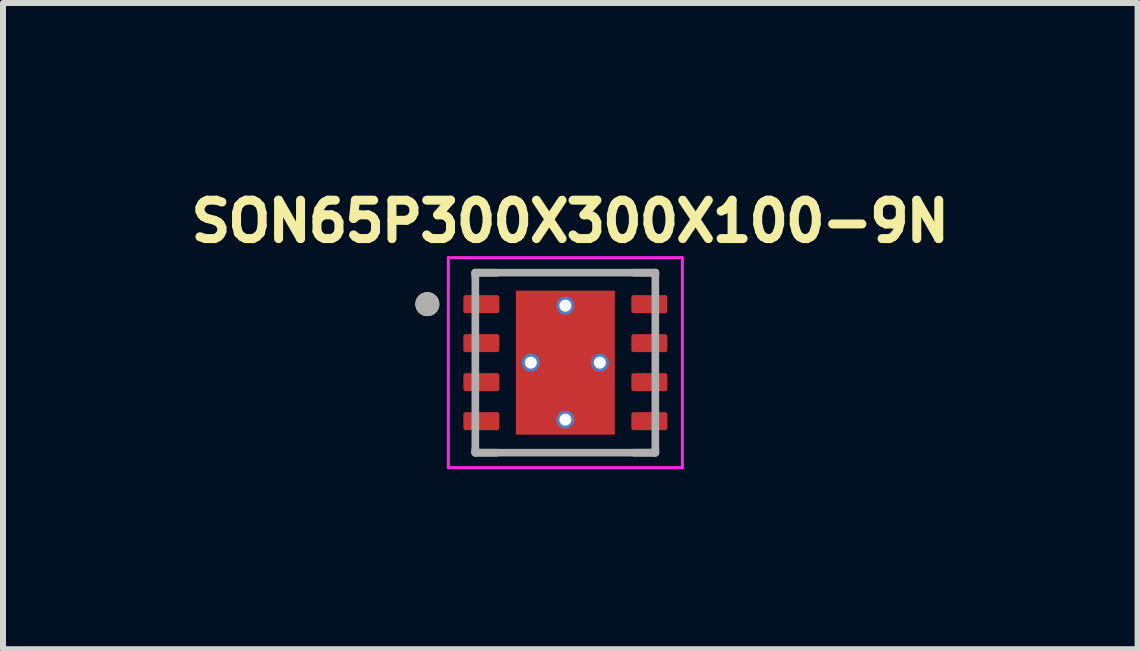
<source format=kicad_pcb>
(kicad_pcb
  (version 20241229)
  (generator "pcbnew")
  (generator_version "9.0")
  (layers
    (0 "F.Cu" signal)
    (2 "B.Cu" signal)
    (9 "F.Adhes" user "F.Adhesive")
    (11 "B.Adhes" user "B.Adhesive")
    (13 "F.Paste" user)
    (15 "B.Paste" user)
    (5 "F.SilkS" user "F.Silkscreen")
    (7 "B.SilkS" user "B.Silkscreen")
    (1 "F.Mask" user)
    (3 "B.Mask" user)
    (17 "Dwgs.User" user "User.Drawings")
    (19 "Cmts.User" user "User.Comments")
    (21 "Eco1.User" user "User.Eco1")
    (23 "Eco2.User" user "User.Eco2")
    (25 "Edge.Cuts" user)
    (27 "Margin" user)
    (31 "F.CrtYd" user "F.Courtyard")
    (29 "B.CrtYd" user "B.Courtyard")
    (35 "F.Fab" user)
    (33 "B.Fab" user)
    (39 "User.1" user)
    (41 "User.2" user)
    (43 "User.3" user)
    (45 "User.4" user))
  (footprint "SON65P300X300X100-9N"
    (layer "F.Cu")
    (at 6.372 2.994)
    (property "Reference" "SON65P300X300X100-9N" (at 0.082 -2.356 0) (layer "F.SilkS") (effects (font (size 0.64 0.64) (thickness 0.15))))
    (attr smd)
    (fp_poly (pts (xy -0.895 -1.27) (xy 0.895 -1.27) (xy 0.895 1.27) (xy -0.895 1.27)) (stroke (width 0.01) (type solid)) (fill yes) (layer "F.Mask"))
    (fp_poly (pts (xy -1.72 -1.195) (xy -1.08 -1.195) (xy -1.077 -1.195) (xy -1.075 -1.195) (xy -1.072 -1.194) (xy -1.07 -1.194) (xy -1.067 -1.193) (xy -1.065 -1.193) (xy -1.062 -1.192) (xy -1.06 -1.191) (xy -1.057 -1.19) (xy -1.055 -1.188) (xy -1.053 -1.187) (xy -1.051 -1.185) (xy -1.049 -1.184) (xy -1.047 -1.182) (xy -1.045 -1.18) (xy -1.043 -1.178) (xy -1.041 -1.176) (xy -1.04 -1.174) (xy -1.038 -1.172) (xy -1.037 -1.17) (xy -1.035 -1.168) (xy -1.034 -1.165) (xy -1.033 -1.163) (xy -1.032 -1.16) (xy -1.032 -1.158) (xy -1.031 -1.155) (xy -1.031 -1.153) (xy -1.03 -1.15) (xy -1.03 -1.148) (xy -1.03 -1.145) (xy -1.03 -0.805) (xy -1.03 -0.802) (xy -1.03 -0.8) (xy -1.031 -0.797) (xy -1.031 -0.795) (xy -1.032 -0.792) (xy -1.032 -0.79) (xy -1.033 -0.787) (xy -1.034 -0.785) (xy -1.035 -0.782) (xy -1.037 -0.78) (xy -1.038 -0.778) (xy -1.04 -0.776) (xy -1.041 -0.774) (xy -1.043 -0.772) (xy -1.045 -0.77) (xy -1.047 -0.768) (xy -1.049 -0.766) (xy -1.051 -0.765) (xy -1.053 -0.763) (xy -1.055 -0.762) (xy -1.057 -0.76) (xy -1.06 -0.759) (xy -1.062 -0.758) (xy -1.065 -0.757) (xy -1.067 -0.757) (xy -1.07 -0.756) (xy -1.072 -0.756) (xy -1.075 -0.755) (xy -1.077 -0.755) (xy -1.08 -0.755) (xy -1.72 -0.755) (xy -1.723 -0.755) (xy -1.725 -0.755) (xy -1.728 -0.756) (xy -1.73 -0.756) (xy -1.733 -0.757) (xy -1.735 -0.757) (xy -1.738 -0.758) (xy -1.74 -0.759) (xy -1.743 -0.76) (xy -1.745 -0.762) (xy -1.747 -0.763) (xy -1.749 -0.765) (xy -1.751 -0.766) (xy -1.753 -0.768) (xy -1.755 -0.77) (xy -1.757 -0.772) (xy -1.759 -0.774) (xy -1.76 -0.776) (xy -1.762 -0.778) (xy -1.763 -0.78) (xy -1.765 -0.782) (xy -1.766 -0.785) (xy -1.767 -0.787) (xy -1.768 -0.79) (xy -1.768 -0.792) (xy -1.769 -0.795) (xy -1.769 -0.797) (xy -1.77 -0.8) (xy -1.77 -0.802) (xy -1.77 -0.805) (xy -1.77 -1.145) (xy -1.77 -1.148) (xy -1.77 -1.15) (xy -1.769 -1.153) (xy -1.769 -1.155) (xy -1.768 -1.158) (xy -1.768 -1.16) (xy -1.767 -1.163) (xy -1.766 -1.165) (xy -1.765 -1.168) (xy -1.763 -1.17) (xy -1.762 -1.172) (xy -1.76 -1.174) (xy -1.759 -1.176) (xy -1.757 -1.178) (xy -1.755 -1.18) (xy -1.753 -1.182) (xy -1.751 -1.184) (xy -1.749 -1.185) (xy -1.747 -1.187) (xy -1.745 -1.188) (xy -1.743 -1.19) (xy -1.74 -1.191) (xy -1.738 -1.192) (xy -1.735 -1.193) (xy -1.733 -1.193) (xy -1.73 -1.194) (xy -1.728 -1.194) (xy -1.725 -1.195) (xy -1.723 -1.195) (xy -1.72 -1.195)) (stroke (width 0.01) (type solid)) (fill yes) (layer "F.Mask"))
    (fp_poly (pts (xy -1.72 -0.545) (xy -1.08 -0.545) (xy -1.077 -0.545) (xy -1.075 -0.545) (xy -1.072 -0.544) (xy -1.07 -0.544) (xy -1.067 -0.543) (xy -1.065 -0.543) (xy -1.062 -0.542) (xy -1.06 -0.541) (xy -1.057 -0.54) (xy -1.055 -0.538) (xy -1.053 -0.537) (xy -1.051 -0.535) (xy -1.049 -0.534) (xy -1.047 -0.532) (xy -1.045 -0.53) (xy -1.043 -0.528) (xy -1.041 -0.526) (xy -1.04 -0.524) (xy -1.038 -0.522) (xy -1.037 -0.52) (xy -1.035 -0.518) (xy -1.034 -0.515) (xy -1.033 -0.513) (xy -1.032 -0.51) (xy -1.032 -0.508) (xy -1.031 -0.505) (xy -1.031 -0.503) (xy -1.03 -0.5) (xy -1.03 -0.498) (xy -1.03 -0.495) (xy -1.03 -0.155) (xy -1.03 -0.152) (xy -1.03 -0.15) (xy -1.031 -0.147) (xy -1.031 -0.145) (xy -1.032 -0.142) (xy -1.032 -0.14) (xy -1.033 -0.137) (xy -1.034 -0.135) (xy -1.035 -0.132) (xy -1.037 -0.13) (xy -1.038 -0.128) (xy -1.04 -0.126) (xy -1.041 -0.124) (xy -1.043 -0.122) (xy -1.045 -0.12) (xy -1.047 -0.118) (xy -1.049 -0.116) (xy -1.051 -0.115) (xy -1.053 -0.113) (xy -1.055 -0.112) (xy -1.057 -0.11) (xy -1.06 -0.109) (xy -1.062 -0.108) (xy -1.065 -0.107) (xy -1.067 -0.107) (xy -1.07 -0.106) (xy -1.072 -0.106) (xy -1.075 -0.105) (xy -1.077 -0.105) (xy -1.08 -0.105) (xy -1.72 -0.105) (xy -1.723 -0.105) (xy -1.725 -0.105) (xy -1.728 -0.106) (xy -1.73 -0.106) (xy -1.733 -0.107) (xy -1.735 -0.107) (xy -1.738 -0.108) (xy -1.74 -0.109) (xy -1.743 -0.11) (xy -1.745 -0.112) (xy -1.747 -0.113) (xy -1.749 -0.115) (xy -1.751 -0.116) (xy -1.753 -0.118) (xy -1.755 -0.12) (xy -1.757 -0.122) (xy -1.759 -0.124) (xy -1.76 -0.126) (xy -1.762 -0.128) (xy -1.763 -0.13) (xy -1.765 -0.132) (xy -1.766 -0.135) (xy -1.767 -0.137) (xy -1.768 -0.14) (xy -1.768 -0.142) (xy -1.769 -0.145) (xy -1.769 -0.147) (xy -1.77 -0.15) (xy -1.77 -0.152) (xy -1.77 -0.155) (xy -1.77 -0.495) (xy -1.77 -0.498) (xy -1.77 -0.5) (xy -1.769 -0.503) (xy -1.769 -0.505) (xy -1.768 -0.508) (xy -1.768 -0.51) (xy -1.767 -0.513) (xy -1.766 -0.515) (xy -1.765 -0.518) (xy -1.763 -0.52) (xy -1.762 -0.522) (xy -1.76 -0.524) (xy -1.759 -0.526) (xy -1.757 -0.528) (xy -1.755 -0.53) (xy -1.753 -0.532) (xy -1.751 -0.534) (xy -1.749 -0.535) (xy -1.747 -0.537) (xy -1.745 -0.538) (xy -1.743 -0.54) (xy -1.74 -0.541) (xy -1.738 -0.542) (xy -1.735 -0.543) (xy -1.733 -0.543) (xy -1.73 -0.544) (xy -1.728 -0.544) (xy -1.725 -0.545) (xy -1.723 -0.545) (xy -1.72 -0.545)) (stroke (width 0.01) (type solid)) (fill yes) (layer "F.Mask"))
    (fp_poly (pts (xy -1.72 0.105) (xy -1.08 0.105) (xy -1.077 0.105) (xy -1.075 0.105) (xy -1.072 0.106) (xy -1.07 0.106) (xy -1.067 0.107) (xy -1.065 0.107) (xy -1.062 0.108) (xy -1.06 0.109) (xy -1.057 0.11) (xy -1.055 0.112) (xy -1.053 0.113) (xy -1.051 0.115) (xy -1.049 0.116) (xy -1.047 0.118) (xy -1.045 0.12) (xy -1.043 0.122) (xy -1.041 0.124) (xy -1.04 0.126) (xy -1.038 0.128) (xy -1.037 0.13) (xy -1.035 0.132) (xy -1.034 0.135) (xy -1.033 0.137) (xy -1.032 0.14) (xy -1.032 0.142) (xy -1.031 0.145) (xy -1.031 0.147) (xy -1.03 0.15) (xy -1.03 0.152) (xy -1.03 0.155) (xy -1.03 0.495) (xy -1.03 0.498) (xy -1.03 0.5) (xy -1.031 0.503) (xy -1.031 0.505) (xy -1.032 0.508) (xy -1.032 0.51) (xy -1.033 0.513) (xy -1.034 0.515) (xy -1.035 0.518) (xy -1.037 0.52) (xy -1.038 0.522) (xy -1.04 0.524) (xy -1.041 0.526) (xy -1.043 0.528) (xy -1.045 0.53) (xy -1.047 0.532) (xy -1.049 0.534) (xy -1.051 0.535) (xy -1.053 0.537) (xy -1.055 0.538) (xy -1.057 0.54) (xy -1.06 0.541) (xy -1.062 0.542) (xy -1.065 0.543) (xy -1.067 0.543) (xy -1.07 0.544) (xy -1.072 0.544) (xy -1.075 0.545) (xy -1.077 0.545) (xy -1.08 0.545) (xy -1.72 0.545) (xy -1.723 0.545) (xy -1.725 0.545) (xy -1.728 0.544) (xy -1.73 0.544) (xy -1.733 0.543) (xy -1.735 0.543) (xy -1.738 0.542) (xy -1.74 0.541) (xy -1.743 0.54) (xy -1.745 0.538) (xy -1.747 0.537) (xy -1.749 0.535) (xy -1.751 0.534) (xy -1.753 0.532) (xy -1.755 0.53) (xy -1.757 0.528) (xy -1.759 0.526) (xy -1.76 0.524) (xy -1.762 0.522) (xy -1.763 0.52) (xy -1.765 0.518) (xy -1.766 0.515) (xy -1.767 0.513) (xy -1.768 0.51) (xy -1.768 0.508) (xy -1.769 0.505) (xy -1.769 0.503) (xy -1.77 0.5) (xy -1.77 0.498) (xy -1.77 0.495) (xy -1.77 0.155) (xy -1.77 0.152) (xy -1.77 0.15) (xy -1.769 0.147) (xy -1.769 0.145) (xy -1.768 0.142) (xy -1.768 0.14) (xy -1.767 0.137) (xy -1.766 0.135) (xy -1.765 0.132) (xy -1.763 0.13) (xy -1.762 0.128) (xy -1.76 0.126) (xy -1.759 0.124) (xy -1.757 0.122) (xy -1.755 0.12) (xy -1.753 0.118) (xy -1.751 0.116) (xy -1.749 0.115) (xy -1.747 0.113) (xy -1.745 0.112) (xy -1.743 0.11) (xy -1.74 0.109) (xy -1.738 0.108) (xy -1.735 0.107) (xy -1.733 0.107) (xy -1.73 0.106) (xy -1.728 0.106) (xy -1.725 0.105) (xy -1.723 0.105) (xy -1.72 0.105)) (stroke (width 0.01) (type solid)) (fill yes) (layer "F.Mask"))
    (fp_poly (pts (xy -1.72 0.755) (xy -1.08 0.755) (xy -1.077 0.755) (xy -1.075 0.755) (xy -1.072 0.756) (xy -1.07 0.756) (xy -1.067 0.757) (xy -1.065 0.757) (xy -1.062 0.758) (xy -1.06 0.759) (xy -1.057 0.76) (xy -1.055 0.762) (xy -1.053 0.763) (xy -1.051 0.765) (xy -1.049 0.766) (xy -1.047 0.768) (xy -1.045 0.77) (xy -1.043 0.772) (xy -1.041 0.774) (xy -1.04 0.776) (xy -1.038 0.778) (xy -1.037 0.78) (xy -1.035 0.782) (xy -1.034 0.785) (xy -1.033 0.787) (xy -1.032 0.79) (xy -1.032 0.792) (xy -1.031 0.795) (xy -1.031 0.797) (xy -1.03 0.8) (xy -1.03 0.802) (xy -1.03 0.805) (xy -1.03 1.145) (xy -1.03 1.148) (xy -1.03 1.15) (xy -1.031 1.153) (xy -1.031 1.155) (xy -1.032 1.158) (xy -1.032 1.16) (xy -1.033 1.163) (xy -1.034 1.165) (xy -1.035 1.168) (xy -1.037 1.17) (xy -1.038 1.172) (xy -1.04 1.174) (xy -1.041 1.176) (xy -1.043 1.178) (xy -1.045 1.18) (xy -1.047 1.182) (xy -1.049 1.184) (xy -1.051 1.185) (xy -1.053 1.187) (xy -1.055 1.188) (xy -1.057 1.19) (xy -1.06 1.191) (xy -1.062 1.192) (xy -1.065 1.193) (xy -1.067 1.193) (xy -1.07 1.194) (xy -1.072 1.194) (xy -1.075 1.195) (xy -1.077 1.195) (xy -1.08 1.195) (xy -1.72 1.195) (xy -1.723 1.195) (xy -1.725 1.195) (xy -1.728 1.194) (xy -1.73 1.194) (xy -1.733 1.193) (xy -1.735 1.193) (xy -1.738 1.192) (xy -1.74 1.191) (xy -1.743 1.19) (xy -1.745 1.188) (xy -1.747 1.187) (xy -1.749 1.185) (xy -1.751 1.184) (xy -1.753 1.182) (xy -1.755 1.18) (xy -1.757 1.178) (xy -1.759 1.176) (xy -1.76 1.174) (xy -1.762 1.172) (xy -1.763 1.17) (xy -1.765 1.168) (xy -1.766 1.165) (xy -1.767 1.163) (xy -1.768 1.16) (xy -1.768 1.158) (xy -1.769 1.155) (xy -1.769 1.153) (xy -1.77 1.15) (xy -1.77 1.148) (xy -1.77 1.145) (xy -1.77 0.805) (xy -1.77 0.802) (xy -1.77 0.8) (xy -1.769 0.797) (xy -1.769 0.795) (xy -1.768 0.792) (xy -1.768 0.79) (xy -1.767 0.787) (xy -1.766 0.785) (xy -1.765 0.782) (xy -1.763 0.78) (xy -1.762 0.778) (xy -1.76 0.776) (xy -1.759 0.774) (xy -1.757 0.772) (xy -1.755 0.77) (xy -1.753 0.768) (xy -1.751 0.766) (xy -1.749 0.765) (xy -1.747 0.763) (xy -1.745 0.762) (xy -1.743 0.76) (xy -1.74 0.759) (xy -1.738 0.758) (xy -1.735 0.757) (xy -1.733 0.757) (xy -1.73 0.756) (xy -1.728 0.756) (xy -1.725 0.755) (xy -1.723 0.755) (xy -1.72 0.755)) (stroke (width 0.01) (type solid)) (fill yes) (layer "F.Mask"))
    (fp_poly (pts (xy 1.08 -1.195) (xy 1.72 -1.195) (xy 1.723 -1.195) (xy 1.725 -1.195) (xy 1.728 -1.194) (xy 1.73 -1.194) (xy 1.733 -1.193) (xy 1.735 -1.193) (xy 1.738 -1.192) (xy 1.74 -1.191) (xy 1.743 -1.19) (xy 1.745 -1.188) (xy 1.747 -1.187) (xy 1.749 -1.185) (xy 1.751 -1.184) (xy 1.753 -1.182) (xy 1.755 -1.18) (xy 1.757 -1.178) (xy 1.759 -1.176) (xy 1.76 -1.174) (xy 1.762 -1.172) (xy 1.763 -1.17) (xy 1.765 -1.168) (xy 1.766 -1.165) (xy 1.767 -1.163) (xy 1.768 -1.16) (xy 1.768 -1.158) (xy 1.769 -1.155) (xy 1.769 -1.153) (xy 1.77 -1.15) (xy 1.77 -1.148) (xy 1.77 -1.145) (xy 1.77 -0.805) (xy 1.77 -0.802) (xy 1.77 -0.8) (xy 1.769 -0.797) (xy 1.769 -0.795) (xy 1.768 -0.792) (xy 1.768 -0.79) (xy 1.767 -0.787) (xy 1.766 -0.785) (xy 1.765 -0.782) (xy 1.763 -0.78) (xy 1.762 -0.778) (xy 1.76 -0.776) (xy 1.759 -0.774) (xy 1.757 -0.772) (xy 1.755 -0.77) (xy 1.753 -0.768) (xy 1.751 -0.766) (xy 1.749 -0.765) (xy 1.747 -0.763) (xy 1.745 -0.762) (xy 1.743 -0.76) (xy 1.74 -0.759) (xy 1.738 -0.758) (xy 1.735 -0.757) (xy 1.733 -0.757) (xy 1.73 -0.756) (xy 1.728 -0.756) (xy 1.725 -0.755) (xy 1.723 -0.755) (xy 1.72 -0.755) (xy 1.08 -0.755) (xy 1.077 -0.755) (xy 1.075 -0.755) (xy 1.072 -0.756) (xy 1.07 -0.756) (xy 1.067 -0.757) (xy 1.065 -0.757) (xy 1.062 -0.758) (xy 1.06 -0.759) (xy 1.057 -0.76) (xy 1.055 -0.762) (xy 1.053 -0.763) (xy 1.051 -0.765) (xy 1.049 -0.766) (xy 1.047 -0.768) (xy 1.045 -0.77) (xy 1.043 -0.772) (xy 1.041 -0.774) (xy 1.04 -0.776) (xy 1.038 -0.778) (xy 1.037 -0.78) (xy 1.035 -0.782) (xy 1.034 -0.785) (xy 1.033 -0.787) (xy 1.032 -0.79) (xy 1.032 -0.792) (xy 1.031 -0.795) (xy 1.031 -0.797) (xy 1.03 -0.8) (xy 1.03 -0.802) (xy 1.03 -0.805) (xy 1.03 -1.145) (xy 1.03 -1.148) (xy 1.03 -1.15) (xy 1.031 -1.153) (xy 1.031 -1.155) (xy 1.032 -1.158) (xy 1.032 -1.16) (xy 1.033 -1.163) (xy 1.034 -1.165) (xy 1.035 -1.168) (xy 1.037 -1.17) (xy 1.038 -1.172) (xy 1.04 -1.174) (xy 1.041 -1.176) (xy 1.043 -1.178) (xy 1.045 -1.18) (xy 1.047 -1.182) (xy 1.049 -1.184) (xy 1.051 -1.185) (xy 1.053 -1.187) (xy 1.055 -1.188) (xy 1.057 -1.19) (xy 1.06 -1.191) (xy 1.062 -1.192) (xy 1.065 -1.193) (xy 1.067 -1.193) (xy 1.07 -1.194) (xy 1.072 -1.194) (xy 1.075 -1.195) (xy 1.077 -1.195) (xy 1.08 -1.195)) (stroke (width 0.01) (type solid)) (fill yes) (layer "F.Mask"))
    (fp_poly (pts (xy 1.08 -0.545) (xy 1.72 -0.545) (xy 1.723 -0.545) (xy 1.725 -0.545) (xy 1.728 -0.544) (xy 1.73 -0.544) (xy 1.733 -0.543) (xy 1.735 -0.543) (xy 1.738 -0.542) (xy 1.74 -0.541) (xy 1.743 -0.54) (xy 1.745 -0.538) (xy 1.747 -0.537) (xy 1.749 -0.535) (xy 1.751 -0.534) (xy 1.753 -0.532) (xy 1.755 -0.53) (xy 1.757 -0.528) (xy 1.759 -0.526) (xy 1.76 -0.524) (xy 1.762 -0.522) (xy 1.763 -0.52) (xy 1.765 -0.518) (xy 1.766 -0.515) (xy 1.767 -0.513) (xy 1.768 -0.51) (xy 1.768 -0.508) (xy 1.769 -0.505) (xy 1.769 -0.503) (xy 1.77 -0.5) (xy 1.77 -0.498) (xy 1.77 -0.495) (xy 1.77 -0.155) (xy 1.77 -0.152) (xy 1.77 -0.15) (xy 1.769 -0.147) (xy 1.769 -0.145) (xy 1.768 -0.142) (xy 1.768 -0.14) (xy 1.767 -0.137) (xy 1.766 -0.135) (xy 1.765 -0.132) (xy 1.763 -0.13) (xy 1.762 -0.128) (xy 1.76 -0.126) (xy 1.759 -0.124) (xy 1.757 -0.122) (xy 1.755 -0.12) (xy 1.753 -0.118) (xy 1.751 -0.116) (xy 1.749 -0.115) (xy 1.747 -0.113) (xy 1.745 -0.112) (xy 1.743 -0.11) (xy 1.74 -0.109) (xy 1.738 -0.108) (xy 1.735 -0.107) (xy 1.733 -0.107) (xy 1.73 -0.106) (xy 1.728 -0.106) (xy 1.725 -0.105) (xy 1.723 -0.105) (xy 1.72 -0.105) (xy 1.08 -0.105) (xy 1.077 -0.105) (xy 1.075 -0.105) (xy 1.072 -0.106) (xy 1.07 -0.106) (xy 1.067 -0.107) (xy 1.065 -0.107) (xy 1.062 -0.108) (xy 1.06 -0.109) (xy 1.057 -0.11) (xy 1.055 -0.112) (xy 1.053 -0.113) (xy 1.051 -0.115) (xy 1.049 -0.116) (xy 1.047 -0.118) (xy 1.045 -0.12) (xy 1.043 -0.122) (xy 1.041 -0.124) (xy 1.04 -0.126) (xy 1.038 -0.128) (xy 1.037 -0.13) (xy 1.035 -0.132) (xy 1.034 -0.135) (xy 1.033 -0.137) (xy 1.032 -0.14) (xy 1.032 -0.142) (xy 1.031 -0.145) (xy 1.031 -0.147) (xy 1.03 -0.15) (xy 1.03 -0.152) (xy 1.03 -0.155) (xy 1.03 -0.495) (xy 1.03 -0.498) (xy 1.03 -0.5) (xy 1.031 -0.503) (xy 1.031 -0.505) (xy 1.032 -0.508) (xy 1.032 -0.51) (xy 1.033 -0.513) (xy 1.034 -0.515) (xy 1.035 -0.518) (xy 1.037 -0.52) (xy 1.038 -0.522) (xy 1.04 -0.524) (xy 1.041 -0.526) (xy 1.043 -0.528) (xy 1.045 -0.53) (xy 1.047 -0.532) (xy 1.049 -0.534) (xy 1.051 -0.535) (xy 1.053 -0.537) (xy 1.055 -0.538) (xy 1.057 -0.54) (xy 1.06 -0.541) (xy 1.062 -0.542) (xy 1.065 -0.543) (xy 1.067 -0.543) (xy 1.07 -0.544) (xy 1.072 -0.544) (xy 1.075 -0.545) (xy 1.077 -0.545) (xy 1.08 -0.545)) (stroke (width 0.01) (type solid)) (fill yes) (layer "F.Mask"))
    (fp_poly (pts (xy 1.08 0.105) (xy 1.72 0.105) (xy 1.723 0.105) (xy 1.725 0.105) (xy 1.728 0.106) (xy 1.73 0.106) (xy 1.733 0.107) (xy 1.735 0.107) (xy 1.738 0.108) (xy 1.74 0.109) (xy 1.743 0.11) (xy 1.745 0.112) (xy 1.747 0.113) (xy 1.749 0.115) (xy 1.751 0.116) (xy 1.753 0.118) (xy 1.755 0.12) (xy 1.757 0.122) (xy 1.759 0.124) (xy 1.76 0.126) (xy 1.762 0.128) (xy 1.763 0.13) (xy 1.765 0.132) (xy 1.766 0.135) (xy 1.767 0.137) (xy 1.768 0.14) (xy 1.768 0.142) (xy 1.769 0.145) (xy 1.769 0.147) (xy 1.77 0.15) (xy 1.77 0.152) (xy 1.77 0.155) (xy 1.77 0.495) (xy 1.77 0.498) (xy 1.77 0.5) (xy 1.769 0.503) (xy 1.769 0.505) (xy 1.768 0.508) (xy 1.768 0.51) (xy 1.767 0.513) (xy 1.766 0.515) (xy 1.765 0.518) (xy 1.763 0.52) (xy 1.762 0.522) (xy 1.76 0.524) (xy 1.759 0.526) (xy 1.757 0.528) (xy 1.755 0.53) (xy 1.753 0.532) (xy 1.751 0.534) (xy 1.749 0.535) (xy 1.747 0.537) (xy 1.745 0.538) (xy 1.743 0.54) (xy 1.74 0.541) (xy 1.738 0.542) (xy 1.735 0.543) (xy 1.733 0.543) (xy 1.73 0.544) (xy 1.728 0.544) (xy 1.725 0.545) (xy 1.723 0.545) (xy 1.72 0.545) (xy 1.08 0.545) (xy 1.077 0.545) (xy 1.075 0.545) (xy 1.072 0.544) (xy 1.07 0.544) (xy 1.067 0.543) (xy 1.065 0.543) (xy 1.062 0.542) (xy 1.06 0.541) (xy 1.057 0.54) (xy 1.055 0.538) (xy 1.053 0.537) (xy 1.051 0.535) (xy 1.049 0.534) (xy 1.047 0.532) (xy 1.045 0.53) (xy 1.043 0.528) (xy 1.041 0.526) (xy 1.04 0.524) (xy 1.038 0.522) (xy 1.037 0.52) (xy 1.035 0.518) (xy 1.034 0.515) (xy 1.033 0.513) (xy 1.032 0.51) (xy 1.032 0.508) (xy 1.031 0.505) (xy 1.031 0.503) (xy 1.03 0.5) (xy 1.03 0.498) (xy 1.03 0.495) (xy 1.03 0.155) (xy 1.03 0.152) (xy 1.03 0.15) (xy 1.031 0.147) (xy 1.031 0.145) (xy 1.032 0.142) (xy 1.032 0.14) (xy 1.033 0.137) (xy 1.034 0.135) (xy 1.035 0.132) (xy 1.037 0.13) (xy 1.038 0.128) (xy 1.04 0.126) (xy 1.041 0.124) (xy 1.043 0.122) (xy 1.045 0.12) (xy 1.047 0.118) (xy 1.049 0.116) (xy 1.051 0.115) (xy 1.053 0.113) (xy 1.055 0.112) (xy 1.057 0.11) (xy 1.06 0.109) (xy 1.062 0.108) (xy 1.065 0.107) (xy 1.067 0.107) (xy 1.07 0.106) (xy 1.072 0.106) (xy 1.075 0.105) (xy 1.077 0.105) (xy 1.08 0.105)) (stroke (width 0.01) (type solid)) (fill yes) (layer "F.Mask"))
    (fp_poly (pts (xy 1.08 0.755) (xy 1.72 0.755) (xy 1.723 0.755) (xy 1.725 0.755) (xy 1.728 0.756) (xy 1.73 0.756) (xy 1.733 0.757) (xy 1.735 0.757) (xy 1.738 0.758) (xy 1.74 0.759) (xy 1.743 0.76) (xy 1.745 0.762) (xy 1.747 0.763) (xy 1.749 0.765) (xy 1.751 0.766) (xy 1.753 0.768) (xy 1.755 0.77) (xy 1.757 0.772) (xy 1.759 0.774) (xy 1.76 0.776) (xy 1.762 0.778) (xy 1.763 0.78) (xy 1.765 0.782) (xy 1.766 0.785) (xy 1.767 0.787) (xy 1.768 0.79) (xy 1.768 0.792) (xy 1.769 0.795) (xy 1.769 0.797) (xy 1.77 0.8) (xy 1.77 0.802) (xy 1.77 0.805) (xy 1.77 1.145) (xy 1.77 1.148) (xy 1.77 1.15) (xy 1.769 1.153) (xy 1.769 1.155) (xy 1.768 1.158) (xy 1.768 1.16) (xy 1.767 1.163) (xy 1.766 1.165) (xy 1.765 1.168) (xy 1.763 1.17) (xy 1.762 1.172) (xy 1.76 1.174) (xy 1.759 1.176) (xy 1.757 1.178) (xy 1.755 1.18) (xy 1.753 1.182) (xy 1.751 1.184) (xy 1.749 1.185) (xy 1.747 1.187) (xy 1.745 1.188) (xy 1.743 1.19) (xy 1.74 1.191) (xy 1.738 1.192) (xy 1.735 1.193) (xy 1.733 1.193) (xy 1.73 1.194) (xy 1.728 1.194) (xy 1.725 1.195) (xy 1.723 1.195) (xy 1.72 1.195) (xy 1.08 1.195) (xy 1.077 1.195) (xy 1.075 1.195) (xy 1.072 1.194) (xy 1.07 1.194) (xy 1.067 1.193) (xy 1.065 1.193) (xy 1.062 1.192) (xy 1.06 1.191) (xy 1.057 1.19) (xy 1.055 1.188) (xy 1.053 1.187) (xy 1.051 1.185) (xy 1.049 1.184) (xy 1.047 1.182) (xy 1.045 1.18) (xy 1.043 1.178) (xy 1.041 1.176) (xy 1.04 1.174) (xy 1.038 1.172) (xy 1.037 1.17) (xy 1.035 1.168) (xy 1.034 1.165) (xy 1.033 1.163) (xy 1.032 1.16) (xy 1.032 1.158) (xy 1.031 1.155) (xy 1.031 1.153) (xy 1.03 1.15) (xy 1.03 1.148) (xy 1.03 1.145) (xy 1.03 0.805) (xy 1.03 0.802) (xy 1.03 0.8) (xy 1.031 0.797) (xy 1.031 0.795) (xy 1.032 0.792) (xy 1.032 0.79) (xy 1.033 0.787) (xy 1.034 0.785) (xy 1.035 0.782) (xy 1.037 0.78) (xy 1.038 0.778) (xy 1.04 0.776) (xy 1.041 0.774) (xy 1.043 0.772) (xy 1.045 0.77) (xy 1.047 0.768) (xy 1.049 0.766) (xy 1.051 0.765) (xy 1.053 0.763) (xy 1.055 0.762) (xy 1.057 0.76) (xy 1.06 0.759) (xy 1.062 0.758) (xy 1.065 0.757) (xy 1.067 0.757) (xy 1.07 0.756) (xy 1.072 0.756) (xy 1.075 0.755) (xy 1.077 0.755) (xy 1.08 0.755)) (stroke (width 0.01) (type solid)) (fill yes) (layer "F.Mask"))
    (fp_line (start -1.5 -1.5) (end -1.145 -1.5) (stroke (width 0.127) (type solid)) (layer "F.SilkS"))
    (fp_line (start -1.5 -1.445) (end -1.5 -1.5) (stroke (width 0.127) (type solid)) (layer "F.SilkS"))
    (fp_line (start -1.5 1.5) (end -1.5 1.445) (stroke (width 0.127) (type solid)) (layer "F.SilkS"))
    (fp_line (start -1.145 1.5) (end -1.5 1.5) (stroke (width 0.127) (type solid)) (layer "F.SilkS"))
    (fp_line (start 1.145 -1.5) (end 1.5 -1.5) (stroke (width 0.127) (type solid)) (layer "F.SilkS"))
    (fp_line (start 1.5 -1.5) (end 1.5 -1.445) (stroke (width 0.127) (type solid)) (layer "F.SilkS"))
    (fp_line (start 1.5 1.5) (end 1.145 1.5) (stroke (width 0.127) (type solid)) (layer "F.SilkS"))
    (fp_line (start 1.5 1.5) (end 1.5 1.445) (stroke (width 0.127) (type solid)) (layer "F.SilkS"))
    (fp_circle (center -2.3 -0.975) (end -2.2 -0.975) (stroke (width 0.2) (type solid)) (fill no) (layer "F.SilkS"))
    (fp_poly (pts (xy -0.735 -1.16) (xy 0.735 -1.16) (xy 0.735 -0.1) (xy -0.735 -0.1)) (stroke (width 0.01) (type solid)) (fill yes) (layer "F.Paste"))
    (fp_poly (pts (xy -0.735 0.1) (xy 0.735 0.1) (xy 0.735 1.16) (xy -0.735 1.16)) (stroke (width 0.01) (type solid)) (fill yes) (layer "F.Paste"))
    (fp_line (start -1.95 -1.75) (end -1.95 1.75) (stroke (width 0.05) (type solid)) (layer "F.CrtYd"))
    (fp_line (start -1.95 1.75) (end 1.95 1.75) (stroke (width 0.05) (type solid)) (layer "F.CrtYd"))
    (fp_line (start 1.95 -1.75) (end -1.95 -1.75) (stroke (width 0.05) (type solid)) (layer "F.CrtYd"))
    (fp_line (start 1.95 1.75) (end 1.95 -1.75) (stroke (width 0.05) (type solid)) (layer "F.CrtYd"))
    (fp_line (start -1.5 -1.5) (end 1.5 -1.5) (stroke (width 0.127) (type solid)) (layer "F.Fab"))
    (fp_line (start -1.5 1.5) (end -1.5 -1.5) (stroke (width 0.127) (type solid)) (layer "F.Fab"))
    (fp_line (start 1.5 -1.5) (end 1.5 1.5) (stroke (width 0.127) (type solid)) (layer "F.Fab"))
    (fp_line (start 1.5 1.5) (end -1.5 1.5) (stroke (width 0.127) (type solid)) (layer "F.Fab"))
    (fp_circle (center -2.3 -0.975) (end -2.2 -0.975) (stroke (width 0.2) (type solid)) (fill no) (layer "F.Fab"))
    (pad "1" smd roundrect (at -1.4 -0.975) (size 0.6 0.3) (layers "F.Cu" "F.Paste") (roundrect_rratio 0.125))
    (pad "2" smd roundrect (at -1.4 -0.325) (size 0.6 0.3) (layers "F.Cu" "F.Paste") (roundrect_rratio 0.125))
    (pad "3" smd roundrect (at -1.4 0.325) (size 0.6 0.3) (layers "F.Cu" "F.Paste") (roundrect_rratio 0.125))
    (pad "4" smd roundrect (at -1.4 0.975) (size 0.6 0.3) (layers "F.Cu" "F.Paste") (roundrect_rratio 0.125))
    (pad "5" smd roundrect (at 1.4 0.975) (size 0.6 0.3) (layers "F.Cu" "F.Paste") (roundrect_rratio 0.125))
    (pad "6" smd roundrect (at 1.4 0.325) (size 0.6 0.3) (layers "F.Cu" "F.Paste") (roundrect_rratio 0.125))
    (pad "7" smd roundrect (at 1.4 -0.325) (size 0.6 0.3) (layers "F.Cu" "F.Paste") (roundrect_rratio 0.125))
    (pad "8" smd roundrect (at 1.4 -0.975) (size 0.6 0.3) (layers "F.Cu" "F.Paste") (roundrect_rratio 0.125))
    (pad "9" smd rect (at 0 0) (size 1.65 2.4) (layers "F.Cu"))
    (pad "10" thru_hole circle (at 0 -0.95) (size 0.3 0.3) (drill 0.2) (layers "*.Cu"))
    (pad "11" thru_hole circle (at -0.575 0) (size 0.3 0.3) (drill 0.2) (layers "*.Cu"))
    (pad "12" thru_hole circle (at 0.575 0) (size 0.3 0.3) (drill 0.2) (layers "*.Cu"))
    (pad "13" thru_hole circle (at 0 0.95) (size 0.3 0.3) (drill 0.2) (layers "*.Cu")))
  (gr_rect
    (start -3 -3)
    (end 15.909 7.769)
    (stroke (width 0.1) (type default))
    (fill no)
    (layer "Edge.Cuts")))
</source>
